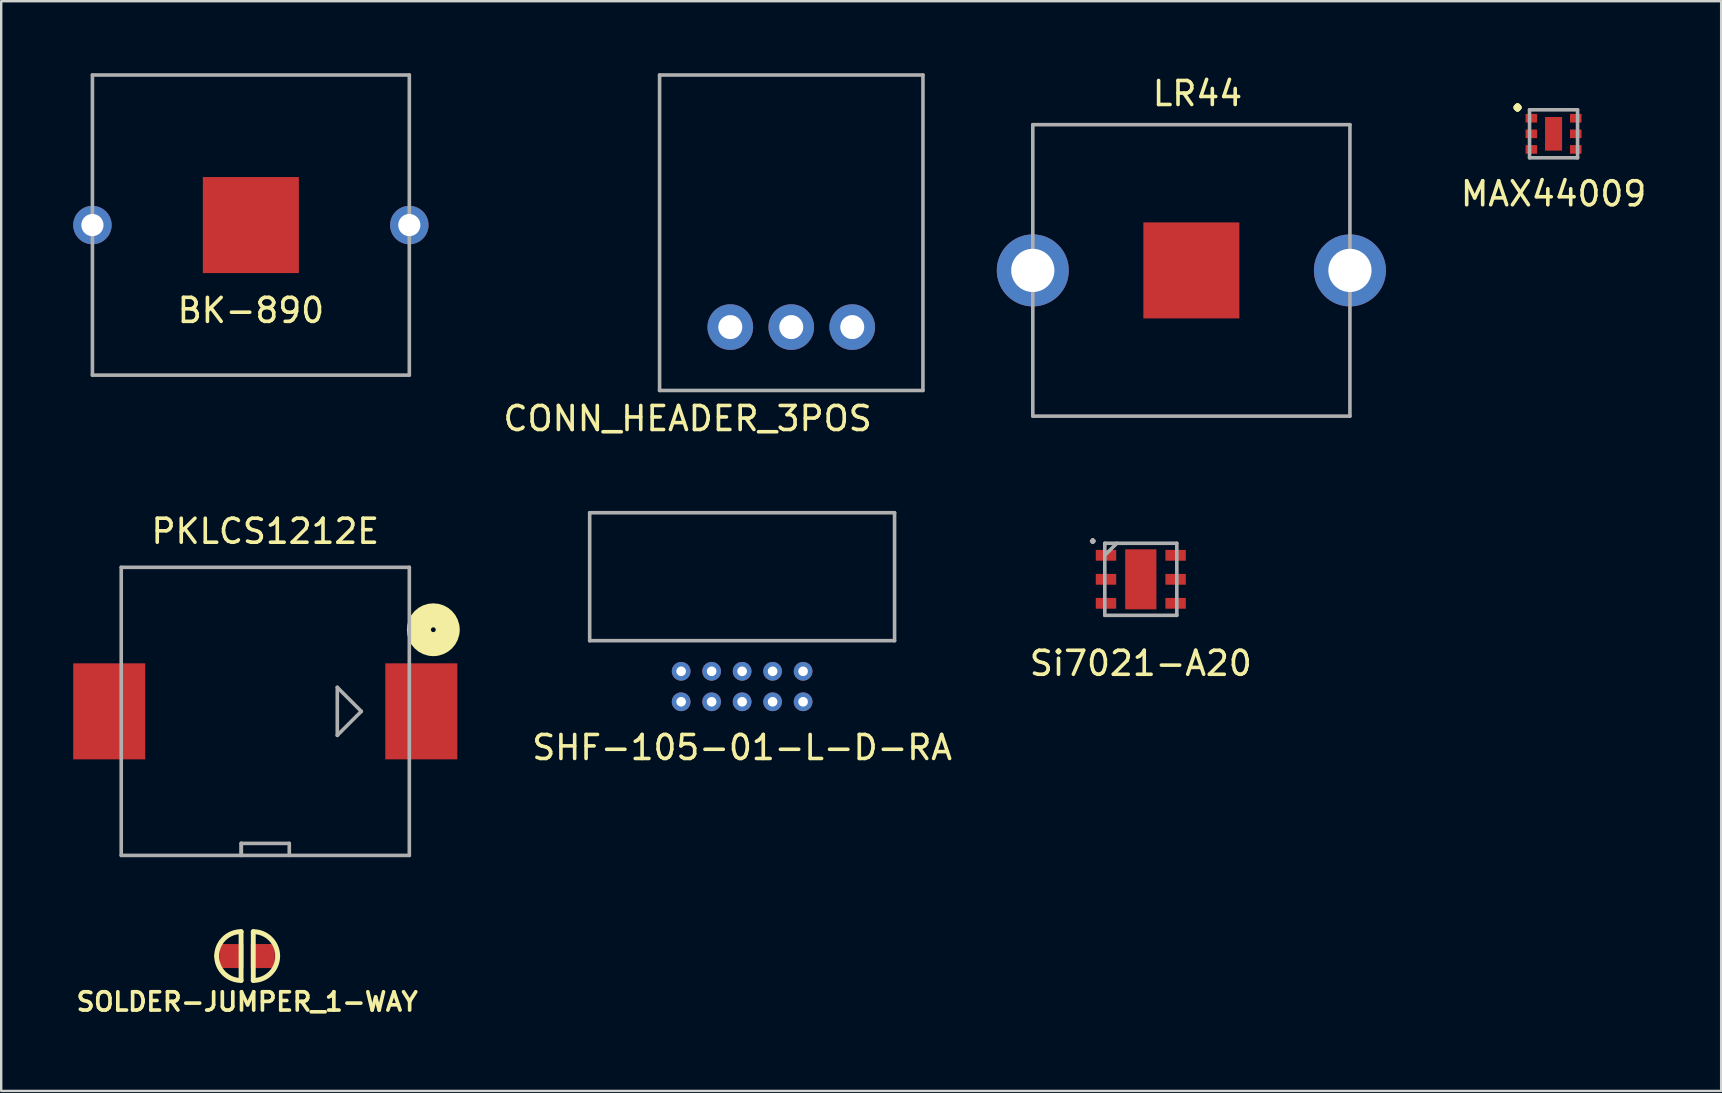
<source format=kicad_pcb>
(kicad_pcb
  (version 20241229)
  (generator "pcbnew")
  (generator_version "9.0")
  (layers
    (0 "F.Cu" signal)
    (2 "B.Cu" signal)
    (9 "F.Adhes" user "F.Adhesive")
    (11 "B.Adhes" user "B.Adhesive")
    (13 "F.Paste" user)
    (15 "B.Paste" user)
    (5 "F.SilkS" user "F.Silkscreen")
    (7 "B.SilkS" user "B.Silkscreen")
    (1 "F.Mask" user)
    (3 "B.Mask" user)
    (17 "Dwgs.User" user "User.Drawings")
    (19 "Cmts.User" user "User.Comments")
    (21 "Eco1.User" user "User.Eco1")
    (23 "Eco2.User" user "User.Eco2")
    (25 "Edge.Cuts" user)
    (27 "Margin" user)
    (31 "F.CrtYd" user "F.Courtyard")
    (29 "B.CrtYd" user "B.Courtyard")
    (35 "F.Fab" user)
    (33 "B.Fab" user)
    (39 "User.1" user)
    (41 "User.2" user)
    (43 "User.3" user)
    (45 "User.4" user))
  (footprint "MAX44009"
    (layer "F.Cu")
    (at 61.663 2.524)
    (property "Reference" "MAX44009" (at 0 2.5 0) (layer "F.SilkS") (effects (font (size 1 1) (thickness 0.15))))
    (attr through_hole)
    (fp_line (start -1 -1) (end 1 -1) (stroke (width 0.15) (type solid)) (layer "F.Fab"))
    (fp_line (start -1 1) (end -1 -1) (stroke (width 0.15) (type solid)) (layer "F.Fab"))
    (fp_line (start 1 -1) (end 1 1) (stroke (width 0.15) (type solid)) (layer "F.Fab"))
    (fp_line (start 1 1) (end -1 1) (stroke (width 0.15) (type solid)) (layer "F.Fab"))
    (fp_text user "." (at -1.5 -1.5 0) (layer "F.SilkS") (effects (font (size 1 1) (thickness 0.25))))
    (pad "1" smd rect (at -0.925 -0.65) (size 0.48 0.36) (layers "F.Cu" "F.Mask" "F.Paste"))
    (pad "2" smd rect (at -0.925 0) (size 0.48 0.36) (layers "F.Cu" "F.Mask" "F.Paste"))
    (pad "3" smd rect (at -0.925 0.65) (size 0.48 0.36) (layers "F.Cu" "F.Mask" "F.Paste"))
    (pad "4" smd rect (at 0.925 0.65) (size 0.48 0.36) (layers "F.Cu" "F.Mask" "F.Paste"))
    (pad "5" smd rect (at 0.925 0) (size 0.48 0.36) (layers "F.Cu" "F.Mask" "F.Paste"))
    (pad "6" smd rect (at 0.925 -0.65) (size 0.48 0.36) (layers "F.Cu" "F.Mask" "F.Paste"))
    (pad "7" smd rect (at 0 0) (size 0.71 1.4) (layers "F.Cu" "F.Mask" "F.Paste")))
  (footprint "SOLDER-JUMPER_1-WAY"
    (layer "F.Cu")
    (at 7.246 36.774)
    (property "Reference" "SOLDER-JUMPER_1-WAY" (at 0 1.905 0) (layer "F.SilkS") (effects (font (size 0.762 0.762) (thickness 0.152))))
    (attr through_hole)
    (fp_line (start -0.254 -1.016) (end -0.254 1.016) (stroke (width 0.203) (type solid)) (layer "F.SilkS"))
    (fp_line (start 0.254 1.016) (end 0.254 -1.016) (stroke (width 0.203) (type solid)) (layer "F.SilkS"))
    (fp_arc (start -1.27 0) (mid -0.97242 -0.71842) (end -0.254 -1.016) (stroke (width 0.2032) (type solid)) (layer "F.SilkS"))
    (fp_arc (start -0.254 1.016) (mid -0.97242 0.71842) (end -1.27 0) (stroke (width 0.2032) (type solid)) (layer "F.SilkS"))
    (fp_arc (start 0.254 -1.016) (mid 0.97242 -0.71842) (end 1.27 0) (stroke (width 0.2032) (type solid)) (layer "F.SilkS"))
    (fp_arc (start 1.27 0) (mid 0.97242 0.71842) (end 0.254 1.016) (stroke (width 0.2032) (type solid)) (layer "F.SilkS"))
    (pad "1" smd rect (at -0.65 0) (size 1 1) (layers "F.Cu" "F.Mask" "F.Paste"))
    (pad "2" smd rect (at 0.65 0) (size 1 1) (layers "F.Cu" "F.Mask" "F.Paste")))
  (footprint "PKLCS1212E"
    (layer "F.Cu")
    (at 8 26.581)
    (property "Reference" "PKLCS1212E" (at 0 -7.5 0) (layer "F.SilkS") (effects (font (size 1 1) (thickness 0.15))))
    (attr through_hole)
    (fp_circle (center 7 -3.4) (end 7 -3.5) (stroke (width 1) (type solid)) (fill no) (layer "F.SilkS"))
    (fp_line (start -6 -6) (end -6 6) (stroke (width 0.15) (type solid)) (layer "F.Fab"))
    (fp_line (start -6 6) (end 6 6) (stroke (width 0.15) (type solid)) (layer "F.Fab"))
    (fp_line (start -1 5.5) (end -1 6) (stroke (width 0.15) (type solid)) (layer "F.Fab"))
    (fp_line (start -1 5.5) (end 1 5.5) (stroke (width 0.15) (type solid)) (layer "F.Fab"))
    (fp_line (start -1 6) (end -1 5.5) (stroke (width 0.15) (type solid)) (layer "F.Fab"))
    (fp_line (start 1 5.5) (end 1 6) (stroke (width 0.15) (type solid)) (layer "F.Fab"))
    (fp_line (start 3 -1) (end 3 1) (stroke (width 0.15) (type solid)) (layer "F.Fab"))
    (fp_line (start 3 1) (end 4 0) (stroke (width 0.15) (type solid)) (layer "F.Fab"))
    (fp_line (start 4 0) (end 3 -1) (stroke (width 0.15) (type solid)) (layer "F.Fab"))
    (fp_line (start 6 -6) (end -6 -6) (stroke (width 0.15) (type solid)) (layer "F.Fab"))
    (fp_line (start 6 6) (end 6 -6) (stroke (width 0.15) (type solid)) (layer "F.Fab"))
    (pad "1" smd rect (at -6.5 0) (size 3 4) (layers "F.Cu" "F.Mask" "F.Paste"))
    (pad "2" smd rect (at 6.5 0) (size 3 4) (layers "F.Cu" "F.Mask" "F.Paste")))
  (footprint "BK-890"
    (layer "F.Cu")
    (at 7.4 6.325)
    (property "Reference" "BK-890" (at 0 3.556 0) (layer "F.SilkS") (effects (font (size 1 1) (thickness 0.15))))
    (attr through_hole)
    (fp_line (start -6.6 -6.25) (end -6.6 6.25) (stroke (width 0.15) (type solid)) (layer "F.Fab"))
    (fp_line (start -6.6 6.25) (end 6.6 6.25) (stroke (width 0.15) (type solid)) (layer "F.Fab"))
    (fp_line (start 6.6 -6.25) (end -6.6 -6.25) (stroke (width 0.15) (type solid)) (layer "F.Fab"))
    (fp_line (start 6.6 6.25) (end 6.6 -6.25) (stroke (width 0.15) (type solid)) (layer "F.Fab"))
    (pad "1" thru_hole circle (at -6.6 0) (size 1.6 1.6) (drill 0.925) (layers "*.Cu" "*.Mask"))
    (pad "1" thru_hole circle (at 6.6 0) (size 1.6 1.6) (drill 0.925) (layers "*.Cu" "*.Mask"))
    (pad "2" smd rect (at 0 0) (size 4 4) (layers "F.Cu" "F.Mask" "F.Paste")))
  (footprint "LR44"
    (layer "F.Cu")
    (at 46.576 8.214)
    (property "Reference" "LR44" (at 0.254 -7.366 0) (layer "F.SilkS") (effects (font (size 1 1) (thickness 0.15))))
    (attr through_hole)
    (fp_line (start -6.605 -6.07) (end -6.605 6.07) (stroke (width 0.15) (type solid)) (layer "F.Fab"))
    (fp_line (start -6.605 6.07) (end 6.605 6.07) (stroke (width 0.15) (type solid)) (layer "F.Fab"))
    (fp_line (start 6.605 -6.07) (end -6.605 -6.07) (stroke (width 0.15) (type solid)) (layer "F.Fab"))
    (fp_line (start 6.605 6.07) (end 6.605 -6.07) (stroke (width 0.15) (type solid)) (layer "F.Fab"))
    (pad "1" thru_hole circle (at -6.605 0) (size 3 3) (drill 1.8) (layers "*.Cu" "*.Mask"))
    (pad "1" thru_hole circle (at 6.605 0) (size 3 3) (drill 1.8) (layers "*.Cu" "*.Mask"))
    (pad "2" smd rect (at 0 0) (size 4 4) (layers "F.Cu" "F.Mask" "F.Paste")))
  (footprint "Si7021-A20"
    (layer "F.Cu")
    (at 44.47 21.081)
    (property "Reference" "Si7021-A20" (at 0 3.5 0) (layer "F.SilkS") (effects (font (size 1 1) (thickness 0.15))))
    (attr through_hole)
    (fp_line (start -1.5 -1.5) (end -1.5 1.5) (stroke (width 0.15) (type solid)) (layer "F.Fab"))
    (fp_line (start -1.5 -1) (end -1 -1.5) (stroke (width 0.15) (type solid)) (layer "F.Fab"))
    (fp_line (start -1.5 1.5) (end 1.5 1.5) (stroke (width 0.15) (type solid)) (layer "F.Fab"))
    (fp_line (start 1.5 -1.5) (end -1.5 -1.5) (stroke (width 0.15) (type solid)) (layer "F.Fab"))
    (fp_line (start 1.5 1.5) (end 1.5 -1.5) (stroke (width 0.15) (type solid)) (layer "F.Fab"))
    (fp_text user "." (at -2 -2 0) (layer "F.Fab") (effects (font (size 1 1) (thickness 0.15))))
    (pad "" smd rect (at 0 0) (size 1.3 2.5) (layers "F.Cu" "F.Mask" "F.Paste"))
    (pad "1" smd rect (at -1.45 -1) (size 0.85 0.45) (layers "F.Cu" "F.Mask" "F.Paste"))
    (pad "2" smd rect (at -1.45 0) (size 0.85 0.45) (layers "F.Cu" "F.Mask" "F.Paste"))
    (pad "3" smd rect (at -1.45 1) (size 0.85 0.45) (layers "F.Cu" "F.Mask" "F.Paste"))
    (pad "4" smd rect (at 1.45 1) (size 0.85 0.45) (layers "F.Cu" "F.Mask" "F.Paste"))
    (pad "5" smd rect (at 1.45 0) (size 0.85 0.45) (layers "F.Cu" "F.Mask" "F.Paste"))
    (pad "6" smd rect (at 1.45 -1) (size 0.85 0.45) (layers "F.Cu" "F.Mask" "F.Paste")))
  (footprint "CONN_HEADER_3POS"
    (layer "F.Cu")
    (at 29.91 10.575)
    (property "Reference" "CONN_HEADER_3POS" (at -4.318 3.81 0) (layer "F.SilkS") (effects (font (size 1 1) (thickness 0.15))))
    (attr through_hole)
    (fp_line (start -5.485 -10.5) (end -5.485 2.64) (stroke (width 0.15) (type solid)) (layer "F.Fab"))
    (fp_line (start -5.485 -10.5) (end 5.485 -10.5) (stroke (width 0.15) (type solid)) (layer "F.Fab"))
    (fp_line (start -5.485 2.64) (end 5.485 2.64) (stroke (width 0.15) (type solid)) (layer "F.Fab"))
    (fp_line (start 5.485 2.64) (end 5.486 -10.5) (stroke (width 0.15) (type solid)) (layer "F.Fab"))
    (pad "1" thru_hole circle (at -2.54 0) (size 1.9 1.9) (drill 1) (layers "*.Cu" "*.Mask"))
    (pad "2" thru_hole circle (at 0 0) (size 1.9 1.9) (drill 1) (layers "*.Cu" "*.Mask"))
    (pad "3" thru_hole circle (at 2.54 0) (size 1.9 1.9) (drill 1) (layers "*.Cu" "*.Mask")))
  (footprint "SHF-105-01-L-D-RA"
    (layer "F.Cu")
    (at 27.863 25.548)
    (property "Reference" "SHF-105-01-L-D-RA" (at 0 2.54 0) (layer "F.SilkS") (effects (font (size 1 1) (thickness 0.15))))
    (attr through_hole)
    (fp_line (start -6.35 -7.24) (end 6.35 -7.24) (stroke (width 0.15) (type solid)) (layer "F.Fab"))
    (fp_line (start -6.35 -1.91) (end -6.35 -7.24) (stroke (width 0.15) (type solid)) (layer "F.Fab"))
    (fp_line (start -6.35 -1.91) (end 6.35 -1.91) (stroke (width 0.15) (type solid)) (layer "F.Fab"))
    (fp_line (start 6.35 -7.24) (end 6.35 -1.91) (stroke (width 0.15) (type solid)) (layer "F.Fab"))
    (pad "1" thru_hole circle (at -2.54 0.635) (size 0.78 0.78) (drill 0.4) (layers "*.Cu" "*.Mask"))
    (pad "2" thru_hole circle (at -2.54 -0.635) (size 0.78 0.78) (drill 0.4) (layers "*.Cu" "*.Mask"))
    (pad "3" thru_hole circle (at -1.27 0.635) (size 0.78 0.78) (drill 0.4) (layers "*.Cu" "*.Mask"))
    (pad "4" thru_hole circle (at -1.27 -0.635) (size 0.78 0.78) (drill 0.4) (layers "*.Cu" "*.Mask"))
    (pad "5" thru_hole circle (at 0 0.635) (size 0.78 0.78) (drill 0.4) (layers "*.Cu" "*.Mask"))
    (pad "6" thru_hole circle (at 0 -0.635) (size 0.78 0.78) (drill 0.4) (layers "*.Cu" "*.Mask"))
    (pad "7" thru_hole circle (at 1.27 0.635) (size 0.78 0.78) (drill 0.4) (layers "*.Cu" "*.Mask"))
    (pad "8" thru_hole circle (at 1.27 -0.635) (size 0.78 0.78) (drill 0.4) (layers "*.Cu" "*.Mask"))
    (pad "9" thru_hole circle (at 2.54 0.635) (size 0.78 0.78) (drill 0.4) (layers "*.Cu" "*.Mask"))
    (pad "10" thru_hole circle (at 2.54 -0.635) (size 0.78 0.78) (drill 0.4) (layers "*.Cu" "*.Mask")))
  (gr_rect
    (start -3 -3)
    (end 68.645 42.392)
    (stroke (width 0.1) (type default))
    (fill no)
    (layer "Edge.Cuts")))
</source>
